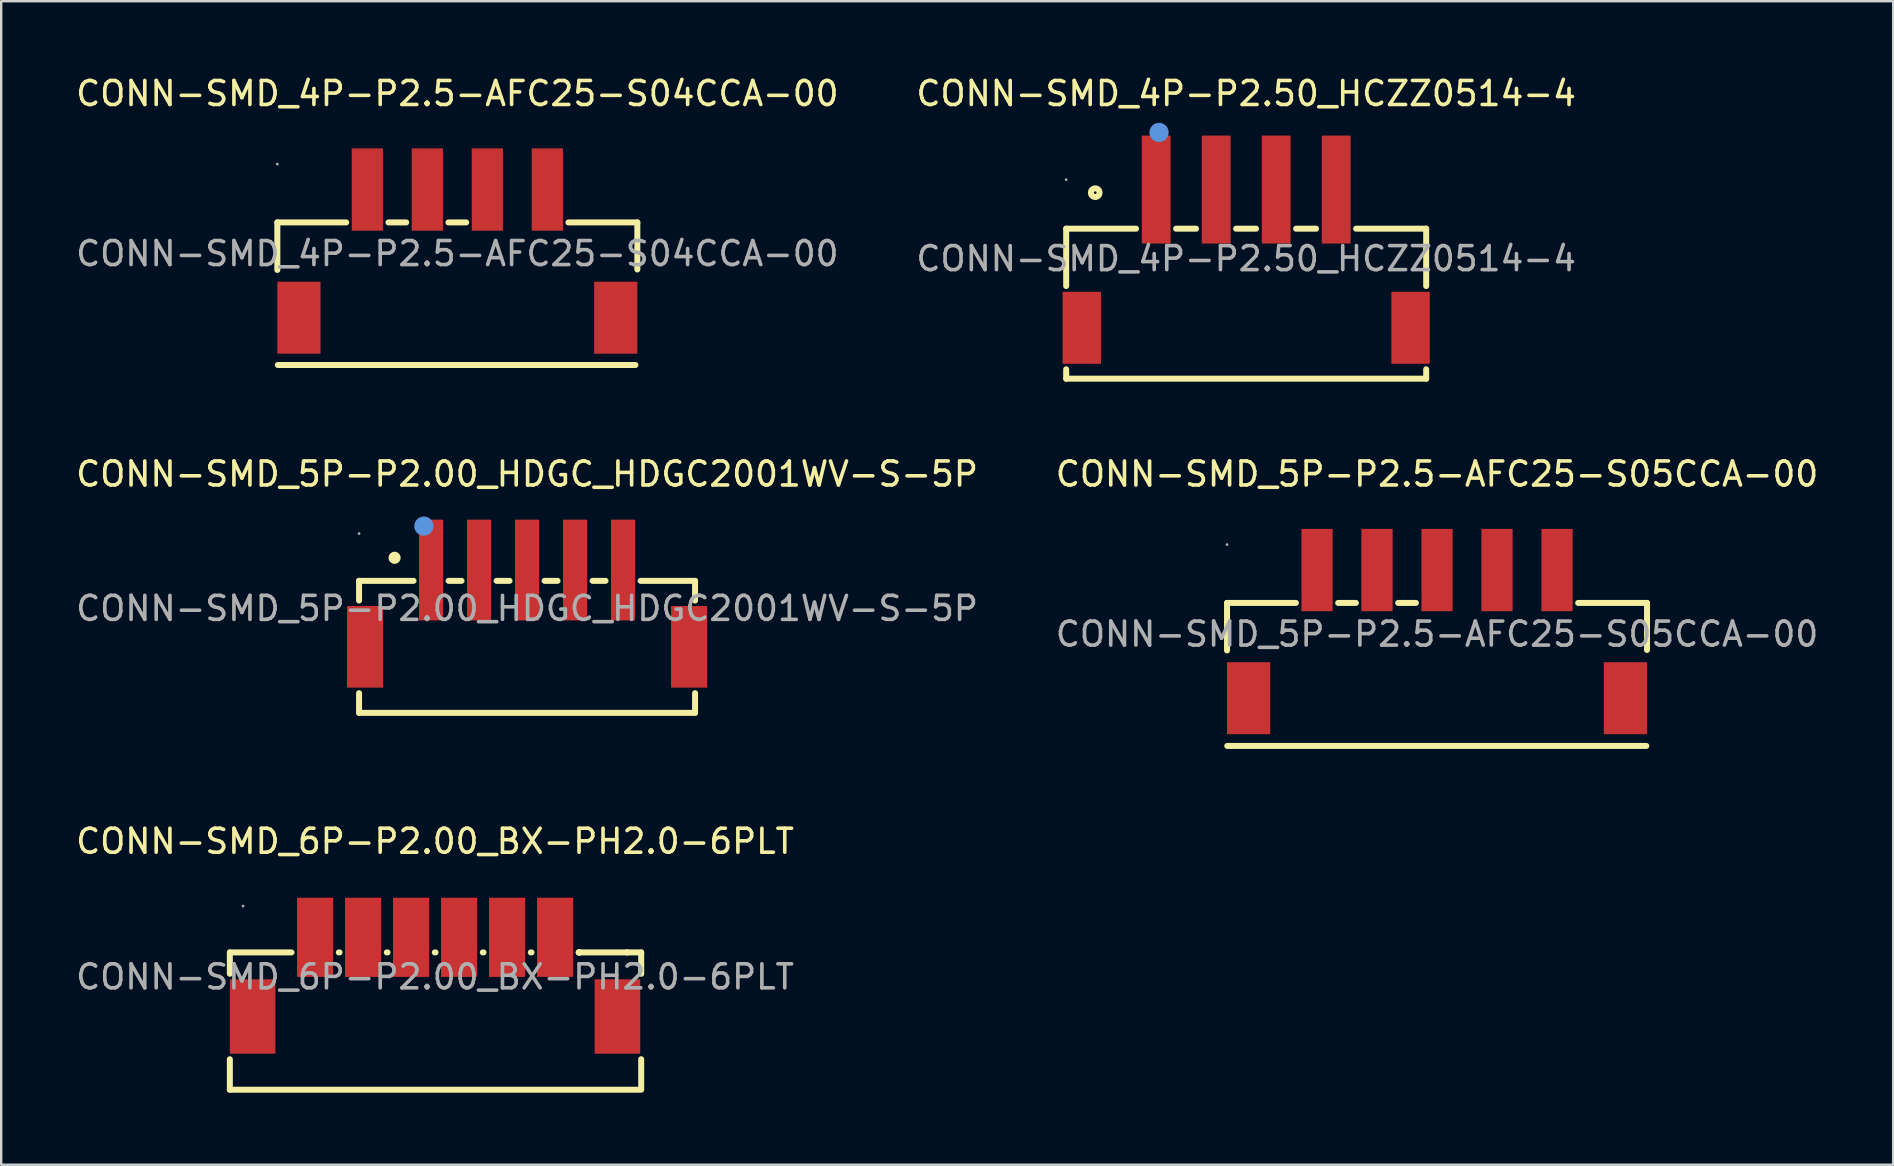
<source format=kicad_pcb>
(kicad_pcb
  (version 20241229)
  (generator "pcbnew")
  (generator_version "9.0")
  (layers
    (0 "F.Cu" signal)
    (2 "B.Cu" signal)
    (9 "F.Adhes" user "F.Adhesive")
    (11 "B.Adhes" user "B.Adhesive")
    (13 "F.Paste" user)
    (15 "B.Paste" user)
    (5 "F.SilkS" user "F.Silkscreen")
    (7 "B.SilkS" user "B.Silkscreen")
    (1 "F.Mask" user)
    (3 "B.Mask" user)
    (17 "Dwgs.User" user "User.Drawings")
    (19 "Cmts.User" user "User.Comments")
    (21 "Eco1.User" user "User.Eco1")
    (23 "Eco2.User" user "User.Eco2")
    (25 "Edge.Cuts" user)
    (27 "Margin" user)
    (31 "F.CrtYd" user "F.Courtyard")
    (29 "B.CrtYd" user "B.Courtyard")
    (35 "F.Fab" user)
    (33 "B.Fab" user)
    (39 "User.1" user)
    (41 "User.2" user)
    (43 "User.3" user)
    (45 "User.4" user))
  (footprint "CONN-SMD_5P-P2.00_HDGC_HDGC2001WV-S-5P"
    (layer "F.Cu")
    (at 18.911 22.302)
    (property "Reference" "CONN-SMD_5P-P2.00_HDGC_HDGC2001WV-S-5P" (at 0 -5.6 0) (layer "F.SilkS") (effects (font (size 1 1) (thickness 0.15))))
    (attr smd)
    (fp_line (start -7 -1.15) (end -7 -0.33) (stroke (width 0.25) (type solid)) (layer "F.SilkS"))
    (fp_line (start -7 -1.15) (end -4.73 -1.15) (stroke (width 0.25) (type solid)) (layer "F.SilkS"))
    (fp_line (start -7 4.35) (end -7 3.53) (stroke (width 0.25) (type solid)) (layer "F.SilkS"))
    (fp_line (start -7 4.35) (end 7 4.35) (stroke (width 0.25) (type solid)) (layer "F.SilkS"))
    (fp_line (start -3.27 -1.15) (end -2.73 -1.15) (stroke (width 0.25) (type solid)) (layer "F.SilkS"))
    (fp_line (start -1.27 -1.15) (end -0.73 -1.15) (stroke (width 0.25) (type solid)) (layer "F.SilkS"))
    (fp_line (start 0.73 -1.15) (end 1.27 -1.15) (stroke (width 0.25) (type solid)) (layer "F.SilkS"))
    (fp_line (start 2.73 -1.15) (end 3.27 -1.15) (stroke (width 0.25) (type solid)) (layer "F.SilkS"))
    (fp_line (start 4.73 -1.15) (end 7 -1.15) (stroke (width 0.25) (type solid)) (layer "F.SilkS"))
    (fp_line (start 7 -1.15) (end 7 -0.33) (stroke (width 0.25) (type solid)) (layer "F.SilkS"))
    (fp_line (start 7 3.53) (end 7 4.35) (stroke (width 0.25) (type solid)) (layer "F.SilkS"))
    (fp_circle (center -5.52 -2.11) (end -5.39 -2.11) (stroke (width 0.25) (type solid)) (fill no) (layer "F.SilkS"))
    (fp_circle (center -4.3 -3.43) (end -4.1 -3.43) (stroke (width 0.4) (type solid)) (fill no) (layer "Cmts.User"))
    (fp_circle (center -7 -3.12) (end -6.97 -3.12) (stroke (width 0.06) (type solid)) (fill no) (layer "F.Fab"))
    (fp_text user "${REFERENCE}" (at 0 0 0) (layer "F.Fab") (effects (font (size 1 1) (thickness 0.15))))
    (pad "1" smd rect (at -4 -1.6) (size 1 4.2) (layers "F.Cu" "F.Mask" "F.Paste"))
    (pad "2" smd rect (at -2 -1.6) (size 1 4.2) (layers "F.Cu" "F.Mask" "F.Paste"))
    (pad "3" smd rect (at 0 -1.6) (size 1 4.2) (layers "F.Cu" "F.Mask" "F.Paste"))
    (pad "4" smd rect (at 2 -1.6) (size 1 4.2) (layers "F.Cu" "F.Mask" "F.Paste"))
    (pad "5" smd rect (at 4 -1.6) (size 1 4.2) (layers "F.Cu" "F.Mask" "F.Paste"))
    (pad "6" smd rect (at 6.75 1.6) (size 1.5 3.4) (layers "F.Cu" "F.Mask" "F.Paste"))
    (pad "7" smd rect (at -6.75 1.6) (size 1.5 3.4) (layers "F.Cu" "F.Mask" "F.Paste")))
  (footprint "CONN-SMD_5P-P2.5-AFC25-S05CCA-00"
    (layer "F.Cu")
    (at 56.827 23.372)
    (property "Reference" "CONN-SMD_5P-P2.5-AFC25-S05CCA-00" (at 0 -6.67 0) (layer "F.SilkS") (effects (font (size 1 1) (thickness 0.15))))
    (attr smd)
    (fp_line (start -8.75 -1.3) (end -8.75 0.68) (stroke (width 0.25) (type solid)) (layer "F.SilkS"))
    (fp_line (start -8.75 -1.3) (end -5.88 -1.3) (stroke (width 0.25) (type solid)) (layer "F.SilkS"))
    (fp_line (start -8.74 4.66) (end 8.72 4.66) (stroke (width 0.25) (type solid)) (layer "F.SilkS"))
    (fp_line (start -4.12 -1.3) (end -3.38 -1.3) (stroke (width 0.25) (type solid)) (layer "F.SilkS"))
    (fp_line (start -0.88 -1.3) (end -1.62 -1.3) (stroke (width 0.25) (type solid)) (layer "F.SilkS"))
    (fp_line (start 5.88 -1.3) (end 8.75 -1.3) (stroke (width 0.25) (type solid)) (layer "F.SilkS"))
    (fp_line (start 8.75 -1.3) (end 8.75 0.66) (stroke (width 0.25) (type solid)) (layer "F.SilkS"))
    (fp_circle (center -8.75 -3.73) (end -8.72 -3.73) (stroke (width 0.06) (type solid)) (fill no) (layer "F.Fab"))
    (fp_text user "${REFERENCE}" (at 0 0 0) (layer "F.Fab") (effects (font (size 1 1) (thickness 0.15))))
    (pad "0" smd rect (at -7.85 2.67 180) (size 1.8 3) (layers "F.Cu" "F.Mask" "F.Paste"))
    (pad "0" smd rect (at 7.85 2.67 180) (size 1.8 3) (layers "F.Cu" "F.Mask" "F.Paste"))
    (pad "1" smd rect (at -5 -2.67 180) (size 1.3 3.43) (layers "F.Cu" "F.Mask" "F.Paste"))
    (pad "2" smd rect (at -2.5 -2.67 180) (size 1.3 3.43) (layers "F.Cu" "F.Mask" "F.Paste"))
    (pad "3" smd rect (at 0 -2.67 180) (size 1.3 3.43) (layers "F.Cu" "F.Mask" "F.Paste"))
    (pad "4" smd rect (at 2.5 -2.67 180) (size 1.3 3.43) (layers "F.Cu" "F.Mask" "F.Paste"))
    (pad "5" smd rect (at 5 -2.67 180) (size 1.3 3.43) (layers "F.Cu" "F.Mask" "F.Paste")))
  (footprint "CONN-SMD_4P-P2.5-AFC25-S04CCA-00"
    (layer "F.Cu")
    (at 16.006 7.518)
    (property "Reference" "CONN-SMD_4P-P2.5-AFC25-S04CCA-00" (at 0 -6.67 0) (layer "F.SilkS") (effects (font (size 1 1) (thickness 0.15))))
    (attr smd)
    (fp_line (start -7.5 -1.3) (end -7.5 0.68) (stroke (width 0.25) (type solid)) (layer "F.SilkS"))
    (fp_line (start -7.5 -1.3) (end -4.63 -1.3) (stroke (width 0.25) (type solid)) (layer "F.SilkS"))
    (fp_line (start -7.48 4.64) (end 7.42 4.64) (stroke (width 0.25) (type solid)) (layer "F.SilkS"))
    (fp_line (start -2.87 -1.3) (end -2.13 -1.3) (stroke (width 0.25) (type solid)) (layer "F.SilkS"))
    (fp_line (start 0.37 -1.3) (end -0.37 -1.3) (stroke (width 0.25) (type solid)) (layer "F.SilkS"))
    (fp_line (start 4.63 -1.3) (end 7.5 -1.3) (stroke (width 0.25) (type solid)) (layer "F.SilkS"))
    (fp_line (start 7.5 -1.3) (end 7.5 0.66) (stroke (width 0.25) (type solid)) (layer "F.SilkS"))
    (fp_circle (center -7.5 -3.73) (end -7.47 -3.73) (stroke (width 0.06) (type solid)) (fill no) (layer "F.Fab"))
    (fp_text user "${REFERENCE}" (at 0 0 0) (layer "F.Fab") (effects (font (size 1 1) (thickness 0.15))))
    (pad "0" smd rect (at -6.6 2.67 180) (size 1.8 3) (layers "F.Cu" "F.Mask" "F.Paste"))
    (pad "0" smd rect (at 6.6 2.67 180) (size 1.8 3) (layers "F.Cu" "F.Mask" "F.Paste"))
    (pad "1" smd rect (at -3.75 -2.67 180) (size 1.3 3.43) (layers "F.Cu" "F.Mask" "F.Paste"))
    (pad "2" smd rect (at -1.25 -2.67 180) (size 1.3 3.43) (layers "F.Cu" "F.Mask" "F.Paste"))
    (pad "3" smd rect (at 1.25 -2.67 180) (size 1.3 3.43) (layers "F.Cu" "F.Mask" "F.Paste"))
    (pad "4" smd rect (at 3.75 -2.67 180) (size 1.3 3.43) (layers "F.Cu" "F.Mask" "F.Paste")))
  (footprint "CONN-SMD_4P-P2.50_HCZZ0514-4"
    (layer "F.Cu")
    (at 48.875 7.728)
    (property "Reference" "CONN-SMD_4P-P2.50_HCZZ0514-4" (at 0 -6.88 0) (layer "F.SilkS") (effects (font (size 1 1) (thickness 0.15))))
    (attr through_hole)
    (fp_line (start -7.5 -1.25) (end -4.59 -1.25) (stroke (width 0.25) (type solid)) (layer "F.SilkS"))
    (fp_line (start -7.5 1.14) (end -7.5 -1.25) (stroke (width 0.25) (type solid)) (layer "F.SilkS"))
    (fp_line (start -7.5 5) (end -7.5 4.61) (stroke (width 0.25) (type solid)) (layer "F.SilkS"))
    (fp_line (start -2.92 -1.25) (end -2.09 -1.25) (stroke (width 0.25) (type solid)) (layer "F.SilkS"))
    (fp_line (start -0.42 -1.25) (end 0.41 -1.25) (stroke (width 0.25) (type solid)) (layer "F.SilkS"))
    (fp_line (start 2.08 -1.25) (end 2.91 -1.25) (stroke (width 0.25) (type solid)) (layer "F.SilkS"))
    (fp_line (start 4.58 -1.25) (end 7.5 -1.25) (stroke (width 0.25) (type solid)) (layer "F.SilkS"))
    (fp_line (start 7.5 -1.25) (end 7.5 1.14) (stroke (width 0.25) (type solid)) (layer "F.SilkS"))
    (fp_line (start 7.5 4.61) (end 7.5 5) (stroke (width 0.25) (type solid)) (layer "F.SilkS"))
    (fp_line (start 7.5 5) (end -7.5 5) (stroke (width 0.25) (type solid)) (layer "F.SilkS"))
    (fp_circle (center -6.29 -2.75) (end -6.11 -2.75) (stroke (width 0.25) (type solid)) (fill no) (layer "F.SilkS"))
    (fp_circle (center -3.63 -5.26) (end -3.43 -5.26) (stroke (width 0.4) (type solid)) (fill no) (layer "Cmts.User"))
    (fp_circle (center -7.5 -3.29) (end -7.47 -3.29) (stroke (width 0.06) (type solid)) (fill no) (layer "F.Fab"))
    (fp_text user "${REFERENCE}" (at 0 0 0) (layer "F.Fab") (effects (font (size 1 1) (thickness 0.15))))
    (pad "1" smd rect (at -3.75 -2.88) (size 1.2 4.5) (layers "F.Cu" "F.Mask" "F.Paste"))
    (pad "2" smd rect (at -1.25 -2.88) (size 1.2 4.5) (layers "F.Cu" "F.Mask" "F.Paste"))
    (pad "3" smd rect (at 1.25 -2.88) (size 1.2 4.5) (layers "F.Cu" "F.Mask" "F.Paste"))
    (pad "4" smd rect (at 3.75 -2.88) (size 1.2 4.5) (layers "F.Cu" "F.Mask" "F.Paste"))
    (pad "5" smd rect (at 6.85 2.88) (size 1.6 3) (layers "F.Cu" "F.Mask" "F.Paste"))
    (pad "6" smd rect (at -6.85 2.88) (size 1.6 3) (layers "F.Cu" "F.Mask" "F.Paste")))
  (footprint "CONN-SMD_6P-P2.00_BX-PH2.0-6PLT"
    (layer "F.Cu")
    (at 15.077 37.655)
    (property "Reference" "CONN-SMD_6P-P2.00_BX-PH2.0-6PLT" (at 0 -5.65 0) (layer "F.SilkS") (effects (font (size 1 1) (thickness 0.15))))
    (attr smd)
    (fp_line (start -8.55 -0.13) (end -8.55 -1.02) (stroke (width 0.25) (type solid)) (layer "F.SilkS"))
    (fp_line (start -8.55 3.43) (end -8.55 4.7) (stroke (width 0.25) (type solid)) (layer "F.SilkS"))
    (fp_line (start -8.55 4.7) (end 8.5 4.7) (stroke (width 0.25) (type solid)) (layer "F.SilkS"))
    (fp_line (start -5.98 -1.02) (end -8.55 -1.02) (stroke (width 0.25) (type solid)) (layer "F.SilkS"))
    (fp_line (start -3.98 -1.02) (end -4.01 -1.02) (stroke (width 0.25) (type solid)) (layer "F.SilkS"))
    (fp_line (start -1.98 -1.02) (end -2.01 -1.02) (stroke (width 0.25) (type solid)) (layer "F.SilkS"))
    (fp_line (start 0.02 -1.02) (end -0.01 -1.02) (stroke (width 0.25) (type solid)) (layer "F.SilkS"))
    (fp_line (start 2.02 -1.02) (end 1.99 -1.02) (stroke (width 0.25) (type solid)) (layer "F.SilkS"))
    (fp_line (start 4.02 -1.02) (end 3.99 -1.02) (stroke (width 0.25) (type solid)) (layer "F.SilkS"))
    (fp_line (start 6.02 -1.02) (end 5.99 -1.02) (stroke (width 0.25) (type solid)) (layer "F.SilkS"))
    (fp_line (start 6.02 -1.02) (end 5.99 -1.02) (stroke (width 0.25) (type solid)) (layer "F.SilkS"))
    (fp_line (start 6.02 -1.02) (end 5.99 -1.02) (stroke (width 0.25) (type solid)) (layer "F.SilkS"))
    (fp_line (start 8.02 -1.02) (end 7.99 -1.02) (stroke (width 0.25) (type solid)) (layer "F.SilkS"))
    (fp_line (start 8.59 -1.02) (end 5.99 -1.02) (stroke (width 0.25) (type solid)) (layer "F.SilkS"))
    (fp_line (start 8.59 -0.13) (end 8.59 -1.02) (stroke (width 0.25) (type solid)) (layer "F.SilkS"))
    (fp_line (start 8.59 4.7) (end 8.59 3.43) (stroke (width 0.25) (type solid)) (layer "F.SilkS"))
    (fp_circle (center -8 -2.95) (end -7.97 -2.95) (stroke (width 0.06) (type solid)) (fill no) (layer "F.Fab"))
    (fp_text user "${REFERENCE}" (at 0 0 0) (layer "F.Fab") (effects (font (size 1 1) (thickness 0.15))))
    (pad "1" smd rect (at -5 -1.65) (size 1.5 3.3) (layers "F.Cu" "F.Mask" "F.Paste"))
    (pad "2" smd rect (at -3 -1.65) (size 1.5 3.3) (layers "F.Cu" "F.Mask" "F.Paste"))
    (pad "3" smd rect (at -1 -1.65) (size 1.5 3.3) (layers "F.Cu" "F.Mask" "F.Paste"))
    (pad "4" smd rect (at 1 -1.65) (size 1.5 3.3) (layers "F.Cu" "F.Mask" "F.Paste"))
    (pad "5" smd rect (at 3 -1.65) (size 1.5 3.3) (layers "F.Cu" "F.Mask" "F.Paste"))
    (pad "6" smd rect (at 5 -1.65) (size 1.5 3.3) (layers "F.Cu" "F.Mask" "F.Paste"))
    (pad "7" smd rect (at 7.6 1.65) (size 1.9 3.1) (layers "F.Cu" "F.Mask" "F.Paste"))
    (pad "8" smd rect (at -7.6 1.65) (size 1.9 3.1) (layers "F.Cu" "F.Mask" "F.Paste")))
  (gr_rect
    (start -3 -3)
    (end 75.833 45.48)
    (stroke (width 0.1) (type default))
    (fill no)
    (layer "Edge.Cuts")))
</source>
